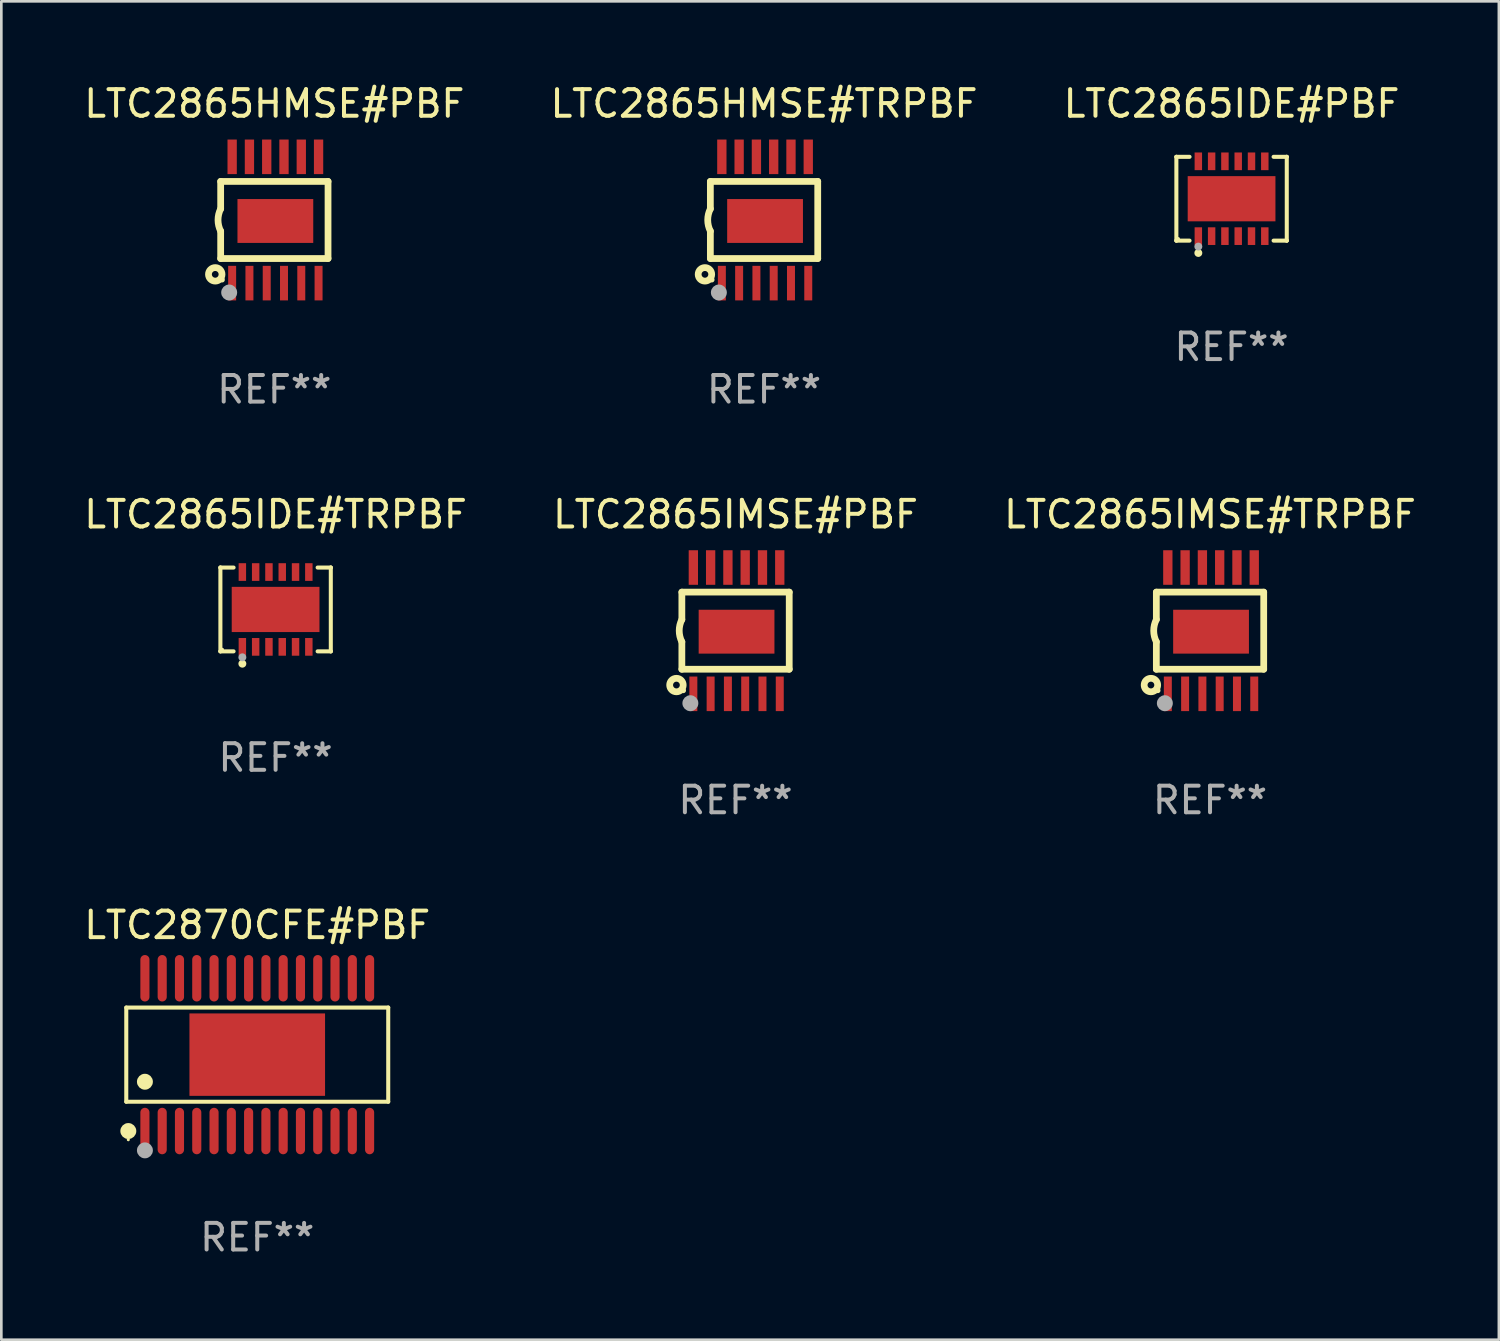
<source format=kicad_pcb>
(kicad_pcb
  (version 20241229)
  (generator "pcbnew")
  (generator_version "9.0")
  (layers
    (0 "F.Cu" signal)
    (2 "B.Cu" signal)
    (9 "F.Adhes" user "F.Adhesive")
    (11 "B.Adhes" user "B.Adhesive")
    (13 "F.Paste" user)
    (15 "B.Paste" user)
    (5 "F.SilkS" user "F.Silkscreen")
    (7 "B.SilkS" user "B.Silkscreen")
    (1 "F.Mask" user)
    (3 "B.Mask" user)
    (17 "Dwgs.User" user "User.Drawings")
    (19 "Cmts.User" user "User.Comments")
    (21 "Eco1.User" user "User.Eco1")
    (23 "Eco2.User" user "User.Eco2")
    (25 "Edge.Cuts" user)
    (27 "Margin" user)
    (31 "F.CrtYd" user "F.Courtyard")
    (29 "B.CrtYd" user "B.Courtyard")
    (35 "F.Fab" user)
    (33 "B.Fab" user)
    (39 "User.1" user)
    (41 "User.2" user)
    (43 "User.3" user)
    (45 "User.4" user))
  (footprint "LTC2865HMSE#TRPBF"
    (layer "F.Cu")
    (at 25.685 5.223)
    (property "Reference" "LTC2865HMSE#TRPBF" (at 0 -4.375 0) (layer "F.SilkS") (effects (font (size 1 1) (thickness 0.15))))
    (attr through_hole)
    (fp_line (start -2.019 -1.45) (end -2.019 -0.419) (stroke (width 0.254) (type solid)) (layer "F.SilkS"))
    (fp_line (start -2.019 1.45) (end -2.019 0.419) (stroke (width 0.254) (type solid)) (layer "F.SilkS"))
    (fp_line (start -2.019 1.45) (end 2.019 1.45) (stroke (width 0.254) (type solid)) (layer "F.SilkS"))
    (fp_line (start 2.019 -1.45) (end -2.019 -1.45) (stroke (width 0.254) (type solid)) (layer "F.SilkS"))
    (fp_line (start 2.019 -1.45) (end 2.019 1.45) (stroke (width 0.254) (type solid)) (layer "F.SilkS"))
    (fp_arc (start -2.019304 0.419101) (mid -2.11824 0) (end -2.019304 -0.419101) (stroke (width 0.254001) (type solid)) (layer "F.SilkS"))
    (fp_circle (center -2.223 2.045) (end -1.969 2.045) (stroke (width 0.254) (type solid)) (fill no) (layer "F.SilkS"))
    (fp_circle (center -1.962 2.25) (end -1.912 2.25) (stroke (width 0.1) (type solid)) (fill no) (layer "F.SilkS"))
    (fp_circle (center -1.699 2.728) (end -1.549 2.728) (stroke (width 0.3) (type solid)) (fill no) (layer "F.Fab"))
    (fp_text user "REF**" (at 0 6.375 0) (layer "F.Fab") (effects (font (size 1 1) (thickness 0.15))))
    (pad "1" smd rect (at -1.587 2.375) (size 0.3 1.3) (layers "F.Cu" "F.Mask" "F.Paste"))
    (pad "2" smd rect (at -0.937 2.375) (size 0.3 1.3) (layers "F.Cu" "F.Mask" "F.Paste"))
    (pad "3" smd rect (at -0.287 2.375) (size 0.3 1.3) (layers "F.Cu" "F.Mask" "F.Paste"))
    (pad "4" smd rect (at 0.363 2.375) (size 0.3 1.3) (layers "F.Cu" "F.Mask" "F.Paste"))
    (pad "5" smd rect (at 1.013 2.375) (size 0.3 1.3) (layers "F.Cu" "F.Mask" "F.Paste"))
    (pad "6" smd rect (at 1.663 2.375) (size 0.3 1.3) (layers "F.Cu" "F.Mask" "F.Paste"))
    (pad "7" smd rect (at 1.663 -2.375) (size 0.35 1.3) (layers "F.Cu" "F.Mask" "F.Paste"))
    (pad "8" smd rect (at 1.013 -2.375) (size 0.35 1.3) (layers "F.Cu" "F.Mask" "F.Paste"))
    (pad "9" smd rect (at 0.363 -2.375) (size 0.35 1.3) (layers "F.Cu" "F.Mask" "F.Paste"))
    (pad "10" smd rect (at -0.287 -2.375) (size 0.35 1.3) (layers "F.Cu" "F.Mask" "F.Paste"))
    (pad "11" smd rect (at -0.937 -2.375) (size 0.35 1.3) (layers "F.Cu" "F.Mask" "F.Paste"))
    (pad "12" smd rect (at -1.587 -2.375) (size 0.35 1.3) (layers "F.Cu" "F.Mask" "F.Paste"))
    (pad "13" smd rect (at 0.038 0.038) (size 2.85 1.65) (layers "F.Cu" "F.Mask" "F.Paste")))
  (footprint "LTC2865IDE#TRPBF"
    (layer "F.Cu")
    (at 7.315 19.871)
    (property "Reference" "LTC2865IDE#TRPBF" (at 0 -3.576 0) (layer "F.SilkS") (effects (font (size 1 1) (thickness 0.15))))
    (attr through_hole)
    (fp_line (start -2.076 -1.576) (end -2.076 -1.576) (stroke (width 0.152) (type solid)) (layer "F.SilkS"))
    (fp_line (start -2.076 -1.576) (end -1.58 -1.576) (stroke (width 0.152) (type solid)) (layer "F.SilkS"))
    (fp_line (start -2.076 1.576) (end -2.076 -1.576) (stroke (width 0.152) (type solid)) (layer "F.SilkS"))
    (fp_line (start -2.076 1.576) (end -2.076 1.576) (stroke (width 0.152) (type solid)) (layer "F.SilkS"))
    (fp_line (start -1.58 1.576) (end -2.076 1.576) (stroke (width 0.152) (type solid)) (layer "F.SilkS"))
    (fp_line (start 1.58 1.576) (end 2.076 1.576) (stroke (width 0.152) (type solid)) (layer "F.SilkS"))
    (fp_line (start 2.076 -1.576) (end 1.58 -1.576) (stroke (width 0.152) (type solid)) (layer "F.SilkS"))
    (fp_line (start 2.076 -1.576) (end 2.076 -1.576) (stroke (width 0.152) (type solid)) (layer "F.SilkS"))
    (fp_line (start 2.076 1.576) (end 2.076 -1.576) (stroke (width 0.152) (type solid)) (layer "F.SilkS"))
    (fp_line (start 2.076 1.576) (end 2.076 1.576) (stroke (width 0.152) (type solid)) (layer "F.SilkS"))
    (fp_circle (center -2 1.5) (end -1.97 1.5) (stroke (width 0.06) (type solid)) (fill no) (layer "F.SilkS"))
    (fp_circle (center -1.25 2.04) (end -1.175 2.04) (stroke (width 0.15) (type solid)) (fill no) (layer "F.SilkS"))
    (fp_circle (center -1.25 1.8) (end -1.175 1.8) (stroke (width 0.15) (type solid)) (fill no) (layer "F.Fab"))
    (fp_text user "REF**" (at 0 5.576 0) (layer "F.Fab") (effects (font (size 1 1) (thickness 0.15))))
    (pad "1" smd rect (at -1.25 1.407) (size 0.28 0.665) (layers "F.Cu" "F.Mask" "F.Paste"))
    (pad "2" smd rect (at -0.75 1.407) (size 0.28 0.665) (layers "F.Cu" "F.Mask" "F.Paste"))
    (pad "3" smd rect (at -0.25 1.407) (size 0.28 0.665) (layers "F.Cu" "F.Mask" "F.Paste"))
    (pad "4" smd rect (at 0.25 1.407) (size 0.28 0.665) (layers "F.Cu" "F.Mask" "F.Paste"))
    (pad "5" smd rect (at 0.75 1.407) (size 0.28 0.665) (layers "F.Cu" "F.Mask" "F.Paste"))
    (pad "6" smd rect (at 1.25 1.407) (size 0.28 0.665) (layers "F.Cu" "F.Mask" "F.Paste"))
    (pad "7" smd rect (at 1.25 -1.407) (size 0.28 0.665) (layers "F.Cu" "F.Mask" "F.Paste"))
    (pad "8" smd rect (at 0.75 -1.407) (size 0.28 0.665) (layers "F.Cu" "F.Mask" "F.Paste"))
    (pad "9" smd rect (at 0.25 -1.407) (size 0.28 0.665) (layers "F.Cu" "F.Mask" "F.Paste"))
    (pad "10" smd rect (at -0.25 -1.407) (size 0.28 0.665) (layers "F.Cu" "F.Mask" "F.Paste"))
    (pad "11" smd rect (at -0.75 -1.407) (size 0.28 0.665) (layers "F.Cu" "F.Mask" "F.Paste"))
    (pad "12" smd rect (at -1.25 -1.407) (size 0.28 0.665) (layers "F.Cu" "F.Mask" "F.Paste"))
    (pad "13" smd rect (at 0 0) (size 3.3 1.7) (layers "F.Cu" "F.Mask" "F.Paste")))
  (footprint "LTC2870CFE#PBF"
    (layer "F.Cu")
    (at 6.625 36.614)
    (property "Reference" "LTC2870CFE#PBF" (at 0 -4.873 0) (layer "F.SilkS") (effects (font (size 1 1) (thickness 0.15))))
    (attr through_hole)
    (fp_line (start -4.926 -1.771) (end 4.926 -1.771) (stroke (width 0.152) (type solid)) (layer "F.SilkS"))
    (fp_line (start -4.926 1.771) (end -4.926 -1.771) (stroke (width 0.152) (type solid)) (layer "F.SilkS"))
    (fp_line (start 4.926 -1.771) (end 4.926 1.771) (stroke (width 0.152) (type solid)) (layer "F.SilkS"))
    (fp_line (start 4.926 1.771) (end -4.926 1.771) (stroke (width 0.152) (type solid)) (layer "F.SilkS"))
    (fp_circle (center -4.85 3.2) (end -4.82 3.2) (stroke (width 0.06) (type solid)) (fill no) (layer "F.SilkS"))
    (fp_circle (center -4.849 2.873) (end -4.699 2.873) (stroke (width 0.3) (type solid)) (fill no) (layer "F.SilkS"))
    (fp_circle (center -4.225 1.019) (end -4.075 1.019) (stroke (width 0.3) (type solid)) (fill no) (layer "F.SilkS"))
    (fp_circle (center -4.225 3.6) (end -4.075 3.6) (stroke (width 0.3) (type solid)) (fill no) (layer "F.Fab"))
    (fp_text user "REF**" (at 0 6.873 0) (layer "F.Fab") (effects (font (size 1 1) (thickness 0.15))))
    (pad "1" smd oval (at -4.225 2.873) (size 0.343 1.747) (layers "F.Cu" "F.Mask" "F.Paste"))
    (pad "2" smd oval (at -3.575 2.873) (size 0.343 1.747) (layers "F.Cu" "F.Mask" "F.Paste"))
    (pad "3" smd oval (at -2.925 2.873) (size 0.343 1.747) (layers "F.Cu" "F.Mask" "F.Paste"))
    (pad "4" smd oval (at -2.275 2.873) (size 0.343 1.747) (layers "F.Cu" "F.Mask" "F.Paste"))
    (pad "5" smd oval (at -1.625 2.873) (size 0.343 1.747) (layers "F.Cu" "F.Mask" "F.Paste"))
    (pad "6" smd oval (at -0.975 2.873) (size 0.343 1.747) (layers "F.Cu" "F.Mask" "F.Paste"))
    (pad "7" smd oval (at -0.325 2.873) (size 0.343 1.747) (layers "F.Cu" "F.Mask" "F.Paste"))
    (pad "8" smd oval (at 0.325 2.873) (size 0.343 1.747) (layers "F.Cu" "F.Mask" "F.Paste"))
    (pad "9" smd oval (at 0.975 2.873) (size 0.343 1.747) (layers "F.Cu" "F.Mask" "F.Paste"))
    (pad "10" smd oval (at 1.625 2.873) (size 0.343 1.747) (layers "F.Cu" "F.Mask" "F.Paste"))
    (pad "11" smd oval (at 2.275 2.873) (size 0.343 1.747) (layers "F.Cu" "F.Mask" "F.Paste"))
    (pad "12" smd oval (at 2.925 2.873) (size 0.343 1.747) (layers "F.Cu" "F.Mask" "F.Paste"))
    (pad "13" smd oval (at 3.575 2.873) (size 0.343 1.747) (layers "F.Cu" "F.Mask" "F.Paste"))
    (pad "14" smd oval (at 4.225 2.873) (size 0.343 1.747) (layers "F.Cu" "F.Mask" "F.Paste"))
    (pad "15" smd oval (at 4.225 -2.873) (size 0.343 1.747) (layers "F.Cu" "F.Mask" "F.Paste"))
    (pad "16" smd oval (at 3.575 -2.873) (size 0.343 1.747) (layers "F.Cu" "F.Mask" "F.Paste"))
    (pad "17" smd oval (at 2.925 -2.873) (size 0.343 1.747) (layers "F.Cu" "F.Mask" "F.Paste"))
    (pad "18" smd oval (at 2.275 -2.873) (size 0.343 1.747) (layers "F.Cu" "F.Mask" "F.Paste"))
    (pad "19" smd oval (at 1.625 -2.873) (size 0.343 1.747) (layers "F.Cu" "F.Mask" "F.Paste"))
    (pad "20" smd oval (at 0.975 -2.873) (size 0.343 1.747) (layers "F.Cu" "F.Mask" "F.Paste"))
    (pad "21" smd oval (at 0.325 -2.873) (size 0.343 1.747) (layers "F.Cu" "F.Mask" "F.Paste"))
    (pad "22" smd oval (at -0.325 -2.873) (size 0.343 1.747) (layers "F.Cu" "F.Mask" "F.Paste"))
    (pad "23" smd oval (at -0.975 -2.873) (size 0.343 1.747) (layers "F.Cu" "F.Mask" "F.Paste"))
    (pad "24" smd oval (at -1.625 -2.873) (size 0.343 1.747) (layers "F.Cu" "F.Mask" "F.Paste"))
    (pad "25" smd oval (at -2.275 -2.873) (size 0.343 1.747) (layers "F.Cu" "F.Mask" "F.Paste"))
    (pad "26" smd oval (at -2.925 -2.873) (size 0.343 1.747) (layers "F.Cu" "F.Mask" "F.Paste"))
    (pad "27" smd oval (at -3.575 -2.873) (size 0.343 1.747) (layers "F.Cu" "F.Mask" "F.Paste"))
    (pad "28" smd oval (at -4.225 -2.873) (size 0.343 1.747) (layers "F.Cu" "F.Mask" "F.Paste"))
    (pad "29" smd rect (at 0 0) (size 5.1 3.1) (layers "F.Cu" "F.Mask" "F.Paste")))
  (footprint "LTC2865IDE#PBF"
    (layer "F.Cu")
    (at 43.268 4.424)
    (property "Reference" "LTC2865IDE#PBF" (at 0 -3.576 0) (layer "F.SilkS") (effects (font (size 1 1) (thickness 0.15))))
    (attr through_hole)
    (fp_line (start -2.076 -1.576) (end -2.076 -1.576) (stroke (width 0.152) (type solid)) (layer "F.SilkS"))
    (fp_line (start -2.076 -1.576) (end -1.58 -1.576) (stroke (width 0.152) (type solid)) (layer "F.SilkS"))
    (fp_line (start -2.076 1.576) (end -2.076 -1.576) (stroke (width 0.152) (type solid)) (layer "F.SilkS"))
    (fp_line (start -2.076 1.576) (end -2.076 1.576) (stroke (width 0.152) (type solid)) (layer "F.SilkS"))
    (fp_line (start -1.58 1.576) (end -2.076 1.576) (stroke (width 0.152) (type solid)) (layer "F.SilkS"))
    (fp_line (start 1.58 1.576) (end 2.076 1.576) (stroke (width 0.152) (type solid)) (layer "F.SilkS"))
    (fp_line (start 2.076 -1.576) (end 1.58 -1.576) (stroke (width 0.152) (type solid)) (layer "F.SilkS"))
    (fp_line (start 2.076 -1.576) (end 2.076 -1.576) (stroke (width 0.152) (type solid)) (layer "F.SilkS"))
    (fp_line (start 2.076 1.576) (end 2.076 -1.576) (stroke (width 0.152) (type solid)) (layer "F.SilkS"))
    (fp_line (start 2.076 1.576) (end 2.076 1.576) (stroke (width 0.152) (type solid)) (layer "F.SilkS"))
    (fp_circle (center -2 1.5) (end -1.97 1.5) (stroke (width 0.06) (type solid)) (fill no) (layer "F.SilkS"))
    (fp_circle (center -1.25 2.04) (end -1.175 2.04) (stroke (width 0.15) (type solid)) (fill no) (layer "F.SilkS"))
    (fp_circle (center -1.25 1.8) (end -1.175 1.8) (stroke (width 0.15) (type solid)) (fill no) (layer "F.Fab"))
    (fp_text user "REF**" (at 0 5.576 0) (layer "F.Fab") (effects (font (size 1 1) (thickness 0.15))))
    (pad "1" smd rect (at -1.25 1.407) (size 0.28 0.665) (layers "F.Cu" "F.Mask" "F.Paste"))
    (pad "2" smd rect (at -0.75 1.407) (size 0.28 0.665) (layers "F.Cu" "F.Mask" "F.Paste"))
    (pad "3" smd rect (at -0.25 1.407) (size 0.28 0.665) (layers "F.Cu" "F.Mask" "F.Paste"))
    (pad "4" smd rect (at 0.25 1.407) (size 0.28 0.665) (layers "F.Cu" "F.Mask" "F.Paste"))
    (pad "5" smd rect (at 0.75 1.407) (size 0.28 0.665) (layers "F.Cu" "F.Mask" "F.Paste"))
    (pad "6" smd rect (at 1.25 1.407) (size 0.28 0.665) (layers "F.Cu" "F.Mask" "F.Paste"))
    (pad "7" smd rect (at 1.25 -1.407) (size 0.28 0.665) (layers "F.Cu" "F.Mask" "F.Paste"))
    (pad "8" smd rect (at 0.75 -1.407) (size 0.28 0.665) (layers "F.Cu" "F.Mask" "F.Paste"))
    (pad "9" smd rect (at 0.25 -1.407) (size 0.28 0.665) (layers "F.Cu" "F.Mask" "F.Paste"))
    (pad "10" smd rect (at -0.25 -1.407) (size 0.28 0.665) (layers "F.Cu" "F.Mask" "F.Paste"))
    (pad "11" smd rect (at -0.75 -1.407) (size 0.28 0.665) (layers "F.Cu" "F.Mask" "F.Paste"))
    (pad "12" smd rect (at -1.25 -1.407) (size 0.28 0.665) (layers "F.Cu" "F.Mask" "F.Paste"))
    (pad "13" smd rect (at 0 0) (size 3.3 1.7) (layers "F.Cu" "F.Mask" "F.Paste")))
  (footprint "LTC2865IMSE#PBF"
    (layer "F.Cu")
    (at 24.613 20.669)
    (property "Reference" "LTC2865IMSE#PBF" (at 0 -4.375 0) (layer "F.SilkS") (effects (font (size 1 1) (thickness 0.15))))
    (attr through_hole)
    (fp_line (start -2.019 -1.45) (end -2.019 -0.419) (stroke (width 0.254) (type solid)) (layer "F.SilkS"))
    (fp_line (start -2.019 1.45) (end -2.019 0.419) (stroke (width 0.254) (type solid)) (layer "F.SilkS"))
    (fp_line (start -2.019 1.45) (end 2.019 1.45) (stroke (width 0.254) (type solid)) (layer "F.SilkS"))
    (fp_line (start 2.019 -1.45) (end -2.019 -1.45) (stroke (width 0.254) (type solid)) (layer "F.SilkS"))
    (fp_line (start 2.019 -1.45) (end 2.019 1.45) (stroke (width 0.254) (type solid)) (layer "F.SilkS"))
    (fp_arc (start -2.019304 0.419101) (mid -2.11824 0) (end -2.019304 -0.419101) (stroke (width 0.254001) (type solid)) (layer "F.SilkS"))
    (fp_circle (center -2.223 2.045) (end -1.969 2.045) (stroke (width 0.254) (type solid)) (fill no) (layer "F.SilkS"))
    (fp_circle (center -1.962 2.25) (end -1.912 2.25) (stroke (width 0.1) (type solid)) (fill no) (layer "F.SilkS"))
    (fp_circle (center -1.699 2.728) (end -1.549 2.728) (stroke (width 0.3) (type solid)) (fill no) (layer "F.Fab"))
    (fp_text user "REF**" (at 0 6.375 0) (layer "F.Fab") (effects (font (size 1 1) (thickness 0.15))))
    (pad "1" smd rect (at -1.587 2.375) (size 0.3 1.3) (layers "F.Cu" "F.Mask" "F.Paste"))
    (pad "2" smd rect (at -0.937 2.375) (size 0.3 1.3) (layers "F.Cu" "F.Mask" "F.Paste"))
    (pad "3" smd rect (at -0.287 2.375) (size 0.3 1.3) (layers "F.Cu" "F.Mask" "F.Paste"))
    (pad "4" smd rect (at 0.363 2.375) (size 0.3 1.3) (layers "F.Cu" "F.Mask" "F.Paste"))
    (pad "5" smd rect (at 1.013 2.375) (size 0.3 1.3) (layers "F.Cu" "F.Mask" "F.Paste"))
    (pad "6" smd rect (at 1.663 2.375) (size 0.3 1.3) (layers "F.Cu" "F.Mask" "F.Paste"))
    (pad "7" smd rect (at 1.663 -2.375) (size 0.35 1.3) (layers "F.Cu" "F.Mask" "F.Paste"))
    (pad "8" smd rect (at 1.013 -2.375) (size 0.35 1.3) (layers "F.Cu" "F.Mask" "F.Paste"))
    (pad "9" smd rect (at 0.363 -2.375) (size 0.35 1.3) (layers "F.Cu" "F.Mask" "F.Paste"))
    (pad "10" smd rect (at -0.287 -2.375) (size 0.35 1.3) (layers "F.Cu" "F.Mask" "F.Paste"))
    (pad "11" smd rect (at -0.937 -2.375) (size 0.35 1.3) (layers "F.Cu" "F.Mask" "F.Paste"))
    (pad "12" smd rect (at -1.587 -2.375) (size 0.35 1.3) (layers "F.Cu" "F.Mask" "F.Paste"))
    (pad "13" smd rect (at 0.038 0.038) (size 2.85 1.65) (layers "F.Cu" "F.Mask" "F.Paste")))
  (footprint "LTC2865HMSE#PBF"
    (layer "F.Cu")
    (at 7.268 5.223)
    (property "Reference" "LTC2865HMSE#PBF" (at 0 -4.375 0) (layer "F.SilkS") (effects (font (size 1 1) (thickness 0.15))))
    (attr through_hole)
    (fp_line (start -2.019 -1.45) (end -2.019 -0.419) (stroke (width 0.254) (type solid)) (layer "F.SilkS"))
    (fp_line (start -2.019 1.45) (end -2.019 0.419) (stroke (width 0.254) (type solid)) (layer "F.SilkS"))
    (fp_line (start -2.019 1.45) (end 2.019 1.45) (stroke (width 0.254) (type solid)) (layer "F.SilkS"))
    (fp_line (start 2.019 -1.45) (end -2.019 -1.45) (stroke (width 0.254) (type solid)) (layer "F.SilkS"))
    (fp_line (start 2.019 -1.45) (end 2.019 1.45) (stroke (width 0.254) (type solid)) (layer "F.SilkS"))
    (fp_arc (start -2.019304 0.419101) (mid -2.11824 0) (end -2.019304 -0.419101) (stroke (width 0.254001) (type solid)) (layer "F.SilkS"))
    (fp_circle (center -2.223 2.045) (end -1.969 2.045) (stroke (width 0.254) (type solid)) (fill no) (layer "F.SilkS"))
    (fp_circle (center -1.962 2.25) (end -1.912 2.25) (stroke (width 0.1) (type solid)) (fill no) (layer "F.SilkS"))
    (fp_circle (center -1.699 2.728) (end -1.549 2.728) (stroke (width 0.3) (type solid)) (fill no) (layer "F.Fab"))
    (fp_text user "REF**" (at 0 6.375 0) (layer "F.Fab") (effects (font (size 1 1) (thickness 0.15))))
    (pad "1" smd rect (at -1.587 2.375) (size 0.3 1.3) (layers "F.Cu" "F.Mask" "F.Paste"))
    (pad "2" smd rect (at -0.937 2.375) (size 0.3 1.3) (layers "F.Cu" "F.Mask" "F.Paste"))
    (pad "3" smd rect (at -0.287 2.375) (size 0.3 1.3) (layers "F.Cu" "F.Mask" "F.Paste"))
    (pad "4" smd rect (at 0.363 2.375) (size 0.3 1.3) (layers "F.Cu" "F.Mask" "F.Paste"))
    (pad "5" smd rect (at 1.013 2.375) (size 0.3 1.3) (layers "F.Cu" "F.Mask" "F.Paste"))
    (pad "6" smd rect (at 1.663 2.375) (size 0.3 1.3) (layers "F.Cu" "F.Mask" "F.Paste"))
    (pad "7" smd rect (at 1.663 -2.375) (size 0.35 1.3) (layers "F.Cu" "F.Mask" "F.Paste"))
    (pad "8" smd rect (at 1.013 -2.375) (size 0.35 1.3) (layers "F.Cu" "F.Mask" "F.Paste"))
    (pad "9" smd rect (at 0.363 -2.375) (size 0.35 1.3) (layers "F.Cu" "F.Mask" "F.Paste"))
    (pad "10" smd rect (at -0.287 -2.375) (size 0.35 1.3) (layers "F.Cu" "F.Mask" "F.Paste"))
    (pad "11" smd rect (at -0.937 -2.375) (size 0.35 1.3) (layers "F.Cu" "F.Mask" "F.Paste"))
    (pad "12" smd rect (at -1.587 -2.375) (size 0.35 1.3) (layers "F.Cu" "F.Mask" "F.Paste"))
    (pad "13" smd rect (at 0.038 0.038) (size 2.85 1.65) (layers "F.Cu" "F.Mask" "F.Paste")))
  (footprint "LTC2865IMSE#TRPBF"
    (layer "F.Cu")
    (at 42.458 20.669)
    (property "Reference" "LTC2865IMSE#TRPBF" (at 0 -4.375 0) (layer "F.SilkS") (effects (font (size 1 1) (thickness 0.15))))
    (attr through_hole)
    (fp_line (start -2.019 -1.45) (end -2.019 -0.419) (stroke (width 0.254) (type solid)) (layer "F.SilkS"))
    (fp_line (start -2.019 1.45) (end -2.019 0.419) (stroke (width 0.254) (type solid)) (layer "F.SilkS"))
    (fp_line (start -2.019 1.45) (end 2.019 1.45) (stroke (width 0.254) (type solid)) (layer "F.SilkS"))
    (fp_line (start 2.019 -1.45) (end -2.019 -1.45) (stroke (width 0.254) (type solid)) (layer "F.SilkS"))
    (fp_line (start 2.019 -1.45) (end 2.019 1.45) (stroke (width 0.254) (type solid)) (layer "F.SilkS"))
    (fp_arc (start -2.019304 0.419101) (mid -2.11824 0) (end -2.019304 -0.419101) (stroke (width 0.254001) (type solid)) (layer "F.SilkS"))
    (fp_circle (center -2.223 2.045) (end -1.969 2.045) (stroke (width 0.254) (type solid)) (fill no) (layer "F.SilkS"))
    (fp_circle (center -1.962 2.25) (end -1.912 2.25) (stroke (width 0.1) (type solid)) (fill no) (layer "F.SilkS"))
    (fp_circle (center -1.699 2.728) (end -1.549 2.728) (stroke (width 0.3) (type solid)) (fill no) (layer "F.Fab"))
    (fp_text user "REF**" (at 0 6.375 0) (layer "F.Fab") (effects (font (size 1 1) (thickness 0.15))))
    (pad "1" smd rect (at -1.587 2.375) (size 0.3 1.3) (layers "F.Cu" "F.Mask" "F.Paste"))
    (pad "2" smd rect (at -0.937 2.375) (size 0.3 1.3) (layers "F.Cu" "F.Mask" "F.Paste"))
    (pad "3" smd rect (at -0.287 2.375) (size 0.3 1.3) (layers "F.Cu" "F.Mask" "F.Paste"))
    (pad "4" smd rect (at 0.363 2.375) (size 0.3 1.3) (layers "F.Cu" "F.Mask" "F.Paste"))
    (pad "5" smd rect (at 1.013 2.375) (size 0.3 1.3) (layers "F.Cu" "F.Mask" "F.Paste"))
    (pad "6" smd rect (at 1.663 2.375) (size 0.3 1.3) (layers "F.Cu" "F.Mask" "F.Paste"))
    (pad "7" smd rect (at 1.663 -2.375) (size 0.35 1.3) (layers "F.Cu" "F.Mask" "F.Paste"))
    (pad "8" smd rect (at 1.013 -2.375) (size 0.35 1.3) (layers "F.Cu" "F.Mask" "F.Paste"))
    (pad "9" smd rect (at 0.363 -2.375) (size 0.35 1.3) (layers "F.Cu" "F.Mask" "F.Paste"))
    (pad "10" smd rect (at -0.287 -2.375) (size 0.35 1.3) (layers "F.Cu" "F.Mask" "F.Paste"))
    (pad "11" smd rect (at -0.937 -2.375) (size 0.35 1.3) (layers "F.Cu" "F.Mask" "F.Paste"))
    (pad "12" smd rect (at -1.587 -2.375) (size 0.35 1.3) (layers "F.Cu" "F.Mask" "F.Paste"))
    (pad "13" smd rect (at 0.038 0.038) (size 2.85 1.65) (layers "F.Cu" "F.Mask" "F.Paste")))
  (gr_rect
    (start -3 -3)
    (end 53.321 47.336)
    (stroke (width 0.1) (type default))
    (fill no)
    (layer "Edge.Cuts")))
</source>
